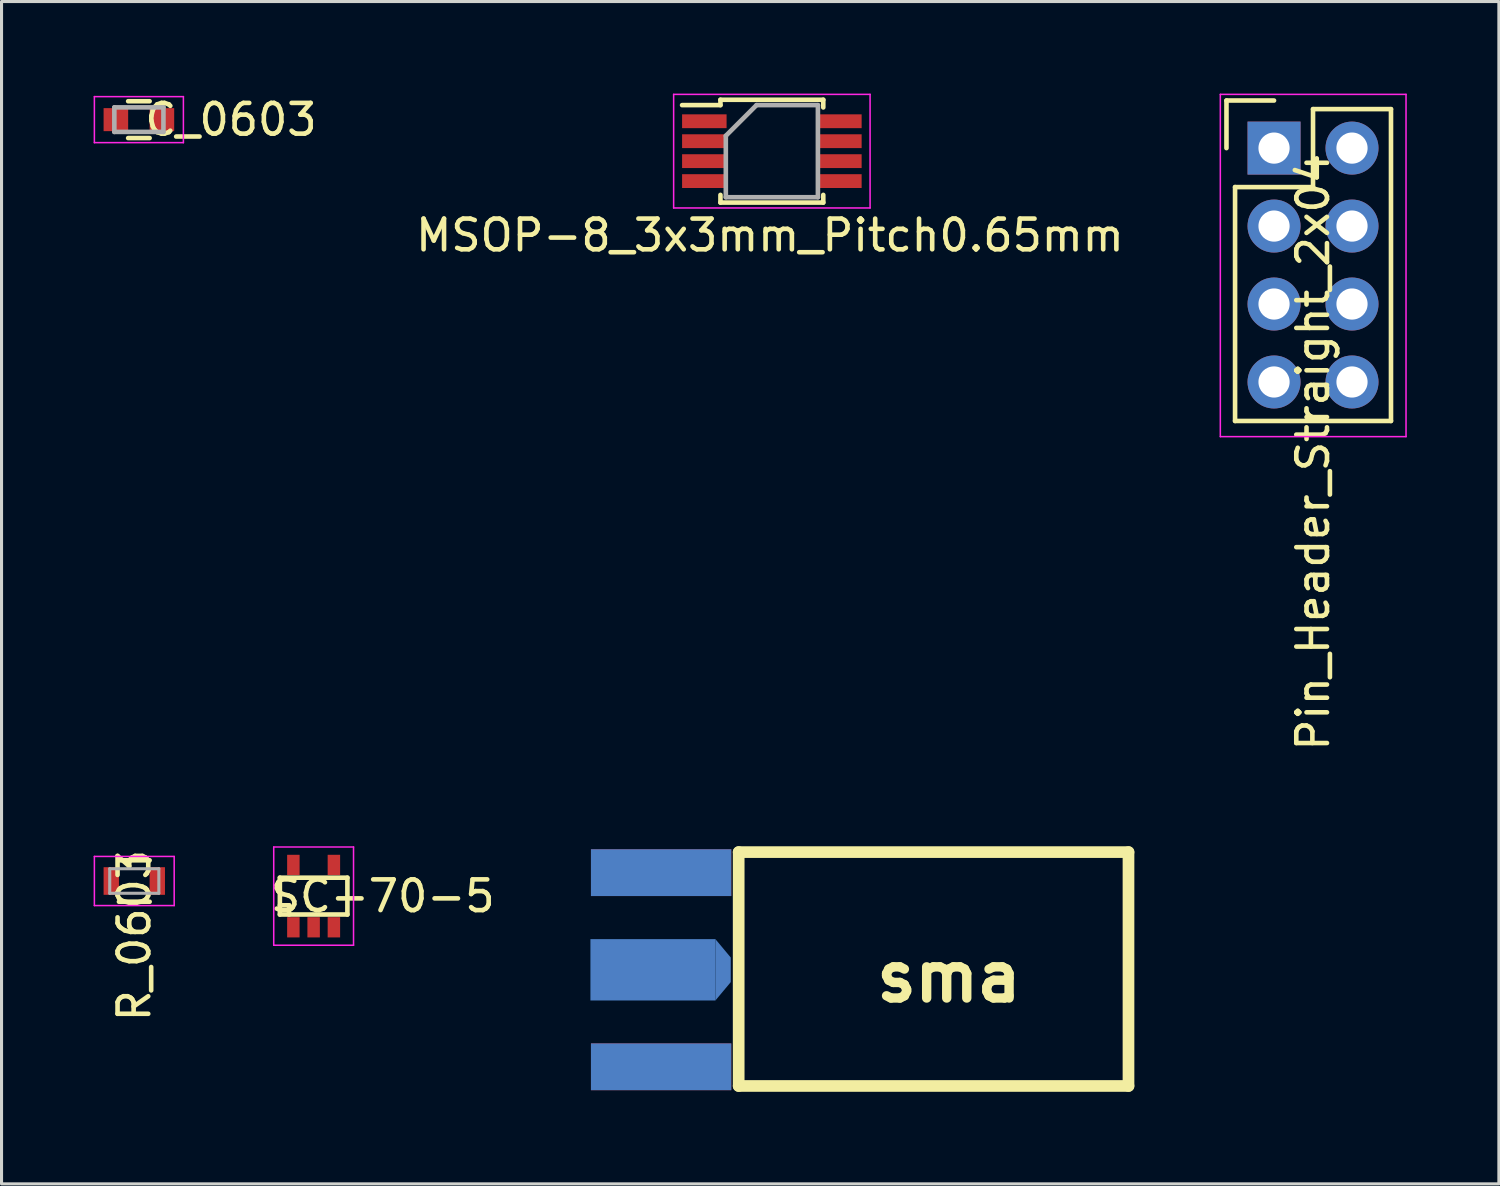
<source format=kicad_pcb>
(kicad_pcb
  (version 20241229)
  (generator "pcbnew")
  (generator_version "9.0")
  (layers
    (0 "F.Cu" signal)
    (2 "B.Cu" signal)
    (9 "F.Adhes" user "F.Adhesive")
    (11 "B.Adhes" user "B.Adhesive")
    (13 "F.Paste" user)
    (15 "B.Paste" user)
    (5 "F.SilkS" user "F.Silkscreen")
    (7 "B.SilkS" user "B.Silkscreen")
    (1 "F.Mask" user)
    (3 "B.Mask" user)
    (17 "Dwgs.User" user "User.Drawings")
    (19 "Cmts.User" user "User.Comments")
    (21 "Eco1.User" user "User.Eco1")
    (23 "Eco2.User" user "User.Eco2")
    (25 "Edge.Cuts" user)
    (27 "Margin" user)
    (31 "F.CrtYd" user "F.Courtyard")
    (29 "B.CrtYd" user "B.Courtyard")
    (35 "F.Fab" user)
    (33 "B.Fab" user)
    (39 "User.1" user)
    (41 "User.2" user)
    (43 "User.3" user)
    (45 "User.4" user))
  (footprint "R_0603"
    (layer "F.Cu")
    (at 1.325 25.653)
    (property "Reference" "R_0603" (at 0 1.778 90) (layer "F.SilkS") (effects (font (size 1 1) (thickness 0.15))))
    (attr smd)
    (fp_line (start -0.5 -0.675) (end 0.5 -0.675) (stroke (width 0.15) (type solid)) (layer "F.SilkS"))
    (fp_line (start 0.5 0.675) (end -0.5 0.675) (stroke (width 0.15) (type solid)) (layer "F.SilkS"))
    (fp_line (start -1.3 -0.8) (end -1.3 0.8) (stroke (width 0.05) (type solid)) (layer "F.CrtYd"))
    (fp_line (start -1.3 -0.8) (end 1.3 -0.8) (stroke (width 0.05) (type solid)) (layer "F.CrtYd"))
    (fp_line (start -1.3 0.8) (end 1.3 0.8) (stroke (width 0.05) (type solid)) (layer "F.CrtYd"))
    (fp_line (start 1.3 -0.8) (end 1.3 0.8) (stroke (width 0.05) (type solid)) (layer "F.CrtYd"))
    (fp_line (start -0.8 -0.4) (end 0.8 -0.4) (stroke (width 0.1) (type solid)) (layer "F.Fab"))
    (fp_line (start -0.8 0.4) (end -0.8 -0.4) (stroke (width 0.1) (type solid)) (layer "F.Fab"))
    (fp_line (start 0.8 -0.4) (end 0.8 0.4) (stroke (width 0.1) (type solid)) (layer "F.Fab"))
    (fp_line (start 0.8 0.4) (end -0.8 0.4) (stroke (width 0.1) (type solid)) (layer "F.Fab"))
    (pad "1" smd rect (at -0.75 0) (size 0.5 0.9) (layers "F.Cu" "F.Mask" "F.Paste"))
    (pad "2" smd rect (at 0.75 0) (size 0.5 0.9) (layers "F.Cu" "F.Mask" "F.Paste")))
  (footprint "MSOP-8_3x3mm_Pitch0.65mm"
    (layer "F.Cu")
    (at 22.097 1.875)
    (property "Reference" "MSOP-8_3x3mm_Pitch0.65mm" (at -0.062 2.742 0) (layer "F.SilkS") (effects (font (size 1 1) (thickness 0.15))))
    (attr smd)
    (fp_line (start -1.675 -1.675) (end -1.675 -1.5) (stroke (width 0.15) (type solid)) (layer "F.SilkS"))
    (fp_line (start -1.675 -1.675) (end 1.675 -1.675) (stroke (width 0.15) (type solid)) (layer "F.SilkS"))
    (fp_line (start -1.675 -1.5) (end -2.925 -1.5) (stroke (width 0.15) (type solid)) (layer "F.SilkS"))
    (fp_line (start -1.675 1.675) (end -1.675 1.425) (stroke (width 0.15) (type solid)) (layer "F.SilkS"))
    (fp_line (start -1.675 1.675) (end 1.675 1.675) (stroke (width 0.15) (type solid)) (layer "F.SilkS"))
    (fp_line (start 1.675 -1.675) (end 1.675 -1.425) (stroke (width 0.15) (type solid)) (layer "F.SilkS"))
    (fp_line (start 1.675 1.675) (end 1.675 1.425) (stroke (width 0.15) (type solid)) (layer "F.SilkS"))
    (fp_line (start -3.2 -1.85) (end -3.2 1.85) (stroke (width 0.05) (type solid)) (layer "F.CrtYd"))
    (fp_line (start -3.2 -1.85) (end 3.2 -1.85) (stroke (width 0.05) (type solid)) (layer "F.CrtYd"))
    (fp_line (start -3.2 1.85) (end 3.2 1.85) (stroke (width 0.05) (type solid)) (layer "F.CrtYd"))
    (fp_line (start 3.2 -1.85) (end 3.2 1.85) (stroke (width 0.05) (type solid)) (layer "F.CrtYd"))
    (fp_line (start -1.5 -0.5) (end -0.5 -1.5) (stroke (width 0.15) (type solid)) (layer "F.Fab"))
    (fp_line (start -1.5 1.5) (end -1.5 -0.5) (stroke (width 0.15) (type solid)) (layer "F.Fab"))
    (fp_line (start -0.5 -1.5) (end 1.5 -1.5) (stroke (width 0.15) (type solid)) (layer "F.Fab"))
    (fp_line (start 1.5 -1.5) (end 1.5 1.5) (stroke (width 0.15) (type solid)) (layer "F.Fab"))
    (fp_line (start 1.5 1.5) (end -1.5 1.5) (stroke (width 0.15) (type solid)) (layer "F.Fab"))
    (pad "1" smd rect (at -2.2 -0.975) (size 1.45 0.45) (layers "F.Cu" "F.Mask" "F.Paste"))
    (pad "2" smd rect (at -2.2 -0.325) (size 1.45 0.45) (layers "F.Cu" "F.Mask" "F.Paste"))
    (pad "3" smd rect (at -2.2 0.325) (size 1.45 0.45) (layers "F.Cu" "F.Mask" "F.Paste"))
    (pad "4" smd rect (at -2.2 0.975) (size 1.45 0.45) (layers "F.Cu" "F.Mask" "F.Paste"))
    (pad "5" smd rect (at 2.2 0.975) (size 1.45 0.45) (layers "F.Cu" "F.Mask" "F.Paste"))
    (pad "6" smd rect (at 2.2 0.325) (size 1.45 0.45) (layers "F.Cu" "F.Mask" "F.Paste"))
    (pad "7" smd rect (at 2.2 -0.325) (size 1.45 0.45) (layers "F.Cu" "F.Mask" "F.Paste"))
    (pad "8" smd rect (at 2.2 -0.975) (size 1.45 0.45) (layers "F.Cu" "F.Mask" "F.Paste")))
  (footprint "C_0603"
    (layer "F.Cu")
    (at 1.475 0.848)
    (property "Reference" "C_0603" (at 3 0 0) (layer "F.SilkS") (effects (font (size 1 1) (thickness 0.15))))
    (attr smd)
    (fp_line (start -0.35 -0.6) (end 0.35 -0.6) (stroke (width 0.15) (type solid)) (layer "F.SilkS"))
    (fp_line (start 0.35 0.6) (end -0.35 0.6) (stroke (width 0.15) (type solid)) (layer "F.SilkS"))
    (fp_line (start -1.45 -0.75) (end -1.45 0.75) (stroke (width 0.05) (type solid)) (layer "F.CrtYd"))
    (fp_line (start -1.45 -0.75) (end 1.45 -0.75) (stroke (width 0.05) (type solid)) (layer "F.CrtYd"))
    (fp_line (start -1.45 0.75) (end 1.45 0.75) (stroke (width 0.05) (type solid)) (layer "F.CrtYd"))
    (fp_line (start 1.45 -0.75) (end 1.45 0.75) (stroke (width 0.05) (type solid)) (layer "F.CrtYd"))
    (fp_line (start -0.8 -0.4) (end 0.8 -0.4) (stroke (width 0.15) (type solid)) (layer "F.Fab"))
    (fp_line (start -0.8 0.4) (end -0.8 -0.4) (stroke (width 0.15) (type solid)) (layer "F.Fab"))
    (fp_line (start 0.8 -0.4) (end 0.8 0.4) (stroke (width 0.15) (type solid)) (layer "F.Fab"))
    (fp_line (start 0.8 0.4) (end -0.8 0.4) (stroke (width 0.15) (type solid)) (layer "F.Fab"))
    (pad "1" smd rect (at -0.75 0) (size 0.8 0.75) (layers "F.Cu" "F.Mask" "F.Paste"))
    (pad "2" smd rect (at 0.75 0) (size 0.8 0.75) (layers "F.Cu" "F.Mask" "F.Paste")))
  (footprint "SC-70-5"
    (layer "F.Cu")
    (at 7.168 26.145)
    (property "Reference" "SC-70-5" (at 2.25 0 180) (layer "F.SilkS") (effects (font (size 1 1) (thickness 0.15))))
    (attr smd)
    (fp_line (start -1.1 -0.6) (end -1.1 0.6) (stroke (width 0.15) (type solid)) (layer "F.SilkS"))
    (fp_line (start -1.1 0.3) (end -0.8 0.3) (stroke (width 0.15) (type solid)) (layer "F.SilkS"))
    (fp_line (start -1.1 0.6) (end 1.1 0.6) (stroke (width 0.15) (type solid)) (layer "F.SilkS"))
    (fp_line (start -0.8 0.3) (end -0.8 0.6) (stroke (width 0.15) (type solid)) (layer "F.SilkS"))
    (fp_line (start 1.1 -0.6) (end -1.1 -0.6) (stroke (width 0.15) (type solid)) (layer "F.SilkS"))
    (fp_line (start 1.1 0.6) (end 1.1 -0.6) (stroke (width 0.15) (type solid)) (layer "F.SilkS"))
    (fp_line (start -1.3 -1.6) (end 1.3 -1.6) (stroke (width 0.05) (type solid)) (layer "F.CrtYd"))
    (fp_line (start -1.3 1.6) (end -1.3 -1.6) (stroke (width 0.05) (type solid)) (layer "F.CrtYd"))
    (fp_line (start 1.3 -1.6) (end 1.3 1.6) (stroke (width 0.05) (type solid)) (layer "F.CrtYd"))
    (fp_line (start 1.3 1.6) (end -1.3 1.6) (stroke (width 0.05) (type solid)) (layer "F.CrtYd"))
    (pad "1" smd rect (at -0.66 1.016) (size 0.406 0.66) (layers "F.Cu" "F.Mask" "F.Paste"))
    (pad "2" smd rect (at 0 1.016) (size 0.406 0.66) (layers "F.Cu" "F.Mask" "F.Paste"))
    (pad "3" smd rect (at 0.66 1.016) (size 0.406 0.66) (layers "F.Cu" "F.Mask" "F.Paste"))
    (pad "4" smd rect (at 0.66 -1.016) (size 0.406 0.66) (layers "F.Cu" "F.Mask" "F.Paste"))
    (pad "5" smd rect (at -0.66 -1.016) (size 0.406 0.66) (layers "F.Cu" "F.Mask" "F.Paste")))
  (footprint "Pin_Header_Straight_2x04"
    (layer "F.Cu")
    (at 38.458 1.775)
    (property "Reference" "Pin_Header_Straight_2x04" (at 1.27 9.906 90) (layer "F.SilkS") (effects (font (size 1 1) (thickness 0.15))))
    (attr through_hole)
    (fp_line (start -1.55 -1.55) (end -1.55 0) (stroke (width 0.15) (type solid)) (layer "F.SilkS"))
    (fp_line (start -1.27 1.27) (end -1.27 8.89) (stroke (width 0.15) (type solid)) (layer "F.SilkS"))
    (fp_line (start -1.27 8.89) (end 3.81 8.89) (stroke (width 0.15) (type solid)) (layer "F.SilkS"))
    (fp_line (start 0 -1.55) (end -1.55 -1.55) (stroke (width 0.15) (type solid)) (layer "F.SilkS"))
    (fp_line (start 1.27 -1.27) (end 1.27 1.27) (stroke (width 0.15) (type solid)) (layer "F.SilkS"))
    (fp_line (start 1.27 1.27) (end -1.27 1.27) (stroke (width 0.15) (type solid)) (layer "F.SilkS"))
    (fp_line (start 3.81 -1.27) (end 1.27 -1.27) (stroke (width 0.15) (type solid)) (layer "F.SilkS"))
    (fp_line (start 3.81 8.89) (end 3.81 -1.27) (stroke (width 0.15) (type solid)) (layer "F.SilkS"))
    (fp_line (start -1.75 -1.75) (end -1.75 9.4) (stroke (width 0.05) (type solid)) (layer "F.CrtYd"))
    (fp_line (start -1.75 -1.75) (end 4.3 -1.75) (stroke (width 0.05) (type solid)) (layer "F.CrtYd"))
    (fp_line (start -1.75 9.4) (end 4.3 9.4) (stroke (width 0.05) (type solid)) (layer "F.CrtYd"))
    (fp_line (start 4.3 -1.75) (end 4.3 9.4) (stroke (width 0.05) (type solid)) (layer "F.CrtYd"))
    (pad "1" thru_hole rect (at 0 0) (size 1.727 1.727) (drill 1.016) (layers "*.Cu" "*.Mask"))
    (pad "2" thru_hole oval (at 2.54 0) (size 1.727 1.727) (drill 1.016) (layers "*.Cu" "*.Mask"))
    (pad "3" thru_hole oval (at 0 2.54) (size 1.727 1.727) (drill 1.016) (layers "*.Cu" "*.Mask"))
    (pad "4" thru_hole oval (at 2.54 2.54) (size 1.727 1.727) (drill 1.016) (layers "*.Cu" "*.Mask"))
    (pad "5" thru_hole oval (at 0 5.08) (size 1.727 1.727) (drill 1.016) (layers "*.Cu" "*.Mask"))
    (pad "6" thru_hole oval (at 2.54 5.08) (size 1.727 1.727) (drill 1.016) (layers "*.Cu" "*.Mask"))
    (pad "7" thru_hole oval (at 0 7.62) (size 1.727 1.727) (drill 1.016) (layers "*.Cu" "*.Mask"))
    (pad "8" thru_hole oval (at 2.54 7.62) (size 1.727 1.727) (drill 1.016) (layers "*.Cu" "*.Mask")))
  (footprint "sma"
    (layer "F.Cu")
    (at 27.366 27.276)
    (property "Reference" "sma" (at 0.5 1.5 0) (layer "F.SilkS") (effects (font (size 1.524 1.524) (thickness 0.305))))
    (attr through_hole)
    (fp_line (start -6.35 -2.565) (end -6.35 5.055) (stroke (width 0.381) (type solid)) (layer "F.SilkS"))
    (fp_line (start -6.35 5.055) (end 6.35 5.055) (stroke (width 0.381) (type solid)) (layer "F.SilkS"))
    (fp_line (start 6.35 -2.565) (end -6.35 -2.565) (stroke (width 0.381) (type solid)) (layer "F.SilkS"))
    (fp_line (start 6.35 5.055) (end 6.35 -2.565) (stroke (width 0.381) (type solid)) (layer "F.SilkS"))
    (pad "0" connect rect (at -8.877 -1.895) (size 4.572 1.524) (layers "*.Cu" "F.Mask"))
    (pad "1" connect rect (at -9.144 1.27) (size 4.072 1.999) (layers "F.Mask" "B.Cu"))
    (pad "1" connect trapezoid (at -6.858 1.27) (size 0.5 1.4) (rect_delta 0.599 0) (layers "F.Mask" "B.Cu"))
    (pad "2" connect rect (at -8.877 4.43) (size 4.572 1.524) (layers "*.Cu" "F.Mask")))
  (gr_rect
    (start -3 -3)
    (end 45.783 35.521)
    (stroke (width 0.1) (type default))
    (fill no)
    (layer "Edge.Cuts")))
</source>
